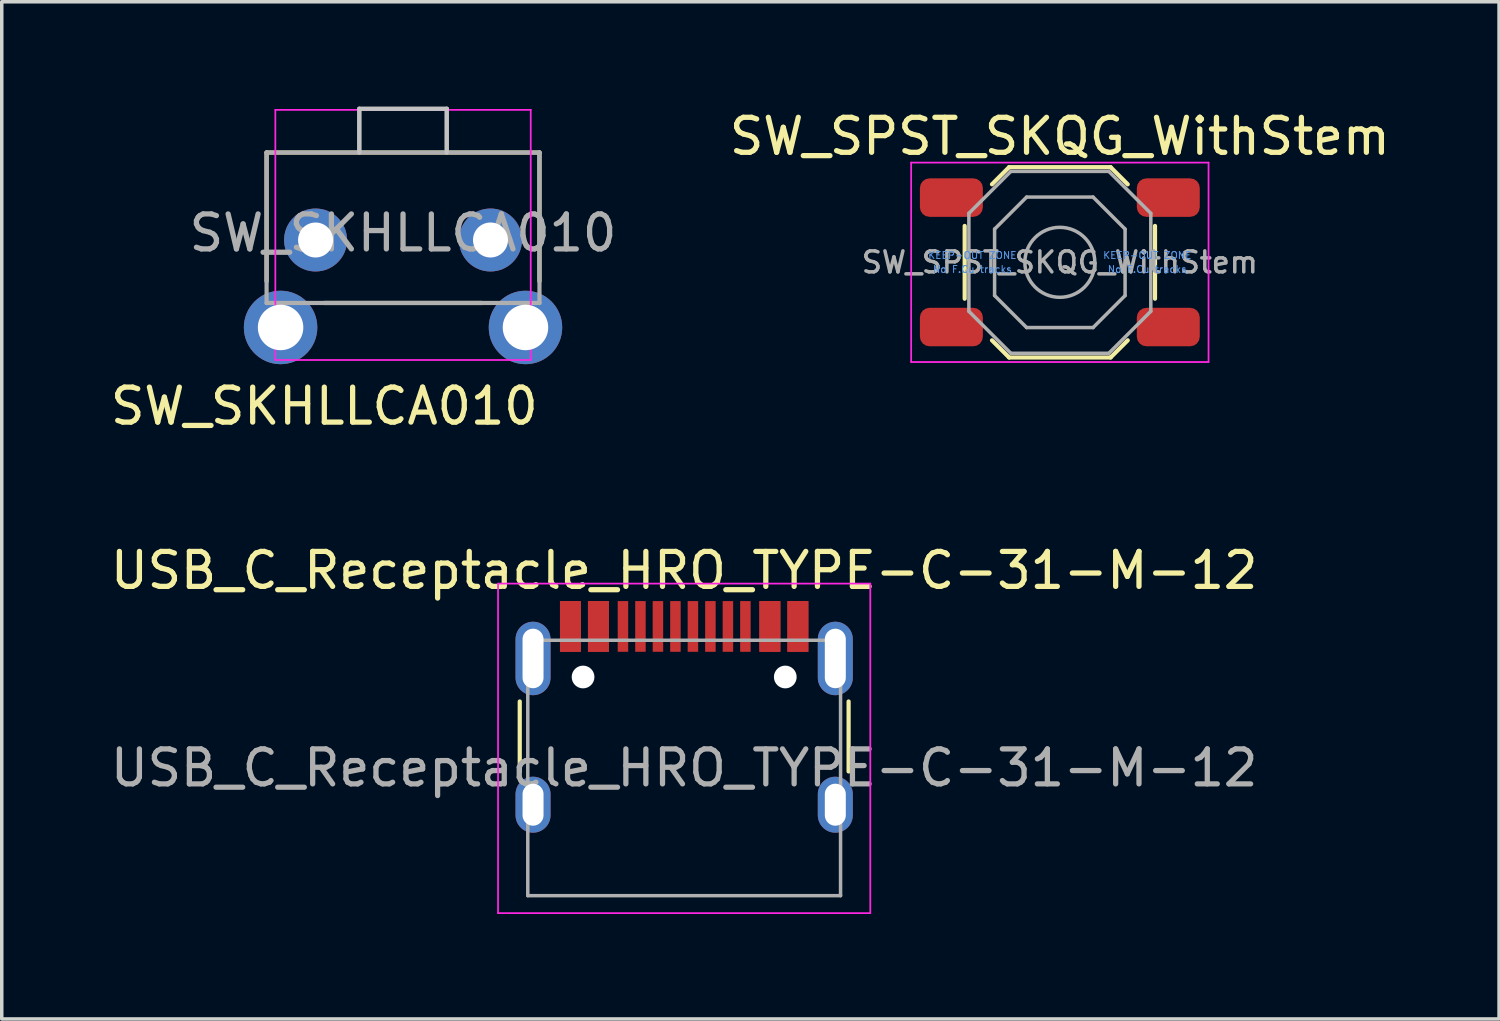
<source format=kicad_pcb>
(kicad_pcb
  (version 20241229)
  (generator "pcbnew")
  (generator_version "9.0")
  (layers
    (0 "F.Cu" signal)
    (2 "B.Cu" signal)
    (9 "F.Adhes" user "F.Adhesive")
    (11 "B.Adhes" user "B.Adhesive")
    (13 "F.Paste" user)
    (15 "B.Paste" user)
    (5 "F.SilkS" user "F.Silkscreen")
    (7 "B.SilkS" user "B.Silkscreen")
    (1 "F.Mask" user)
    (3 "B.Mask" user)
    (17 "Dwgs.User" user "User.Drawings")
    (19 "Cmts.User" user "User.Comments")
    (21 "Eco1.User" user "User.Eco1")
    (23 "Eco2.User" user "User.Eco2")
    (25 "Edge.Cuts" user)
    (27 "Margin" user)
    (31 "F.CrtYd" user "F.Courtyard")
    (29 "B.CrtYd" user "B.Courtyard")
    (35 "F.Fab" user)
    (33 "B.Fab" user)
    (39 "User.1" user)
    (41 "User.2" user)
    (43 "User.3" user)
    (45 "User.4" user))
  (footprint "SW_SKHLLCA010"
    (layer "F.Cu")
    (at 8.47 5.06)
    (property "Reference" "SW_SKHLLCA010" (at -2.25 3.5 0) (unlocked yes) (layer "F.SilkS") (effects (font (size 1 1) (thickness 0.15))))
    (attr through_hole)
    (fp_line (start -3.9 -3.75) (end 3.9 -3.75) (stroke (width 0.12) (type solid)) (layer "F.SilkS"))
    (fp_line (start -3.9 -0.07) (end -3.9 -3.75) (stroke (width 0.12) (type solid)) (layer "F.SilkS"))
    (fp_line (start -2.25 0.55) (end 2.25 0.55) (stroke (width 0.12) (type solid)) (layer "F.SilkS"))
    (fp_line (start 3.9 -0.07) (end 3.9 -3.75) (stroke (width 0.12) (type solid)) (layer "F.SilkS"))
    (fp_line (start -1.25 -5) (end 1.25 -5) (stroke (width 0.12) (type solid)) (layer "Dwgs.User"))
    (fp_line (start -1.25 -3.75) (end -1.25 -5) (stroke (width 0.12) (type solid)) (layer "Dwgs.User"))
    (fp_line (start 1.25 -3.75) (end 1.25 -5) (stroke (width 0.12) (type solid)) (layer "Dwgs.User"))
    (fp_line (start -3.65 -4.97) (end -3.65 2.18) (stroke (width 0.05) (type solid)) (layer "F.CrtYd"))
    (fp_line (start -3.65 -4.97) (end 3.65 -4.97) (stroke (width 0.05) (type solid)) (layer "F.CrtYd"))
    (fp_line (start -3.65 2.18) (end 3.65 2.18) (stroke (width 0.05) (type solid)) (layer "F.CrtYd"))
    (fp_line (start 3.65 -4.97) (end 3.65 2.18) (stroke (width 0.05) (type solid)) (layer "F.CrtYd"))
    (fp_line (start -3.9 -3.75) (end 3.9 -3.75) (stroke (width 0.12) (type solid)) (layer "F.Fab"))
    (fp_line (start -3.9 0.55) (end -3.9 -3.75) (stroke (width 0.12) (type solid)) (layer "F.Fab"))
    (fp_line (start -3.9 0.55) (end 3.9 0.55) (stroke (width 0.12) (type solid)) (layer "F.Fab"))
    (fp_line (start -1.25 -5) (end 1.25 -5) (stroke (width 0.12) (type solid)) (layer "F.Fab"))
    (fp_line (start -1.25 -3.75) (end -1.25 -5) (stroke (width 0.12) (type solid)) (layer "F.Fab"))
    (fp_line (start 1.25 -3.75) (end 1.25 -5) (stroke (width 0.12) (type solid)) (layer "F.Fab"))
    (fp_line (start 3.9 0.55) (end 3.9 -3.75) (stroke (width 0.12) (type solid)) (layer "F.Fab"))
    (fp_text user "${REFERENCE}" (at 0 -1.45 0) (layer "F.Fab") (effects (font (size 1 1) (thickness 0.15))))
    (pad "1" thru_hole circle (at 2.5 -1.25) (size 1.8 1.8) (drill 1) (layers "*.Cu" "B.Mask"))
    (pad "2" thru_hole circle (at -2.5 -1.25) (size 1.8 1.8) (drill 1) (layers "*.Cu" "B.Mask"))
    (pad "MP" thru_hole circle (at -3.5 1.25) (size 2.1 2.1) (drill 1.3) (layers "*.Cu" "*.Mask"))
    (pad "MP" thru_hole circle (at 3.5 1.25) (size 2.1 2.1) (drill 1.3) (layers "*.Cu" "*.Mask")))
  (footprint "SW_SPST_SKQG_WithStem"
    (layer "F.Cu")
    (at 27.244 4.448)
    (property "Reference" "SW_SPST_SKQG_WithStem" (at 0 -3.6 0) (layer "F.SilkS") (effects (font (size 1 1) (thickness 0.15))))
    (attr smd)
    (fp_line (start -2.72 1.04) (end -2.72 -1.04) (stroke (width 0.12) (type solid)) (layer "F.SilkS"))
    (fp_line (start -1.45 -2.72) (end -1.94 -2.23) (stroke (width 0.12) (type solid)) (layer "F.SilkS"))
    (fp_line (start -1.45 -2.72) (end 1.45 -2.72) (stroke (width 0.12) (type solid)) (layer "F.SilkS"))
    (fp_line (start -1.45 2.72) (end -1.94 2.23) (stroke (width 0.12) (type solid)) (layer "F.SilkS"))
    (fp_line (start -1.45 2.72) (end 1.45 2.72) (stroke (width 0.12) (type solid)) (layer "F.SilkS"))
    (fp_line (start 1.45 -2.72) (end 1.94 -2.23) (stroke (width 0.12) (type solid)) (layer "F.SilkS"))
    (fp_line (start 1.45 2.72) (end 1.94 2.23) (stroke (width 0.12) (type solid)) (layer "F.SilkS"))
    (fp_line (start 2.72 1.04) (end 2.72 -1.04) (stroke (width 0.12) (type solid)) (layer "F.SilkS"))
    (fp_line (start -4.25 -2.85) (end -4.25 2.85) (stroke (width 0.05) (type solid)) (layer "F.CrtYd"))
    (fp_line (start -4.25 2.85) (end 4.25 2.85) (stroke (width 0.05) (type solid)) (layer "F.CrtYd"))
    (fp_line (start 4.25 -2.85) (end -4.25 -2.85) (stroke (width 0.05) (type solid)) (layer "F.CrtYd"))
    (fp_line (start 4.25 2.85) (end 4.25 -2.85) (stroke (width 0.05) (type solid)) (layer "F.CrtYd"))
    (fp_line (start -2.6 -1.4) (end -1.4 -2.6) (stroke (width 0.1) (type solid)) (layer "F.Fab"))
    (fp_line (start -2.6 1.4) (end -2.6 -1.4) (stroke (width 0.1) (type solid)) (layer "F.Fab"))
    (fp_line (start -1.865 0.95) (end -1.865 -0.95) (stroke (width 0.1) (type solid)) (layer "F.Fab"))
    (fp_line (start -1.4 -2.6) (end 1.4 -2.6) (stroke (width 0.1) (type solid)) (layer "F.Fab"))
    (fp_line (start -1.4 2.6) (end -2.6 1.4) (stroke (width 0.1) (type solid)) (layer "F.Fab"))
    (fp_line (start -0.95 -1.865) (end -1.865 -0.95) (stroke (width 0.1) (type solid)) (layer "F.Fab"))
    (fp_line (start -0.95 -1.865) (end 0.95 -1.865) (stroke (width 0.1) (type solid)) (layer "F.Fab"))
    (fp_line (start -0.95 1.865) (end -1.865 0.95) (stroke (width 0.1) (type solid)) (layer "F.Fab"))
    (fp_line (start 0.95 -1.865) (end 1.865 -0.95) (stroke (width 0.1) (type solid)) (layer "F.Fab"))
    (fp_line (start 0.95 1.865) (end -0.95 1.865) (stroke (width 0.1) (type solid)) (layer "F.Fab"))
    (fp_line (start 0.95 1.865) (end 1.865 0.95) (stroke (width 0.1) (type solid)) (layer "F.Fab"))
    (fp_line (start 1.4 -2.6) (end 2.6 -1.4) (stroke (width 0.1) (type solid)) (layer "F.Fab"))
    (fp_line (start 1.4 2.6) (end -1.4 2.6) (stroke (width 0.1) (type solid)) (layer "F.Fab"))
    (fp_line (start 1.865 -0.95) (end 1.865 0.95) (stroke (width 0.1) (type solid)) (layer "F.Fab"))
    (fp_line (start 2.6 -1.4) (end 2.6 1.4) (stroke (width 0.1) (type solid)) (layer "F.Fab"))
    (fp_line (start 2.6 1.4) (end 1.4 2.6) (stroke (width 0.1) (type solid)) (layer "F.Fab"))
    (fp_circle (center 0 0) (end 1 0) (stroke (width 0.1) (type solid)) (fill no) (layer "F.Fab"))
    (fp_text user "KEEP-OUT ZONE" (at -2.5 -0.2 0) (layer "Cmts.User") (effects (font (size 0.2 0.2) (thickness 0.03))))
    (fp_text user "No F.Cu tracks" (at -2.5 0.2 0) (layer "Cmts.User") (effects (font (size 0.2 0.2) (thickness 0.03))))
    (fp_text user "No F.Cu tracks" (at 2.5 0.2 0) (layer "Cmts.User") (effects (font (size 0.2 0.2) (thickness 0.03))))
    (fp_text user "KEEP-OUT ZONE" (at 2.5 -0.2 0) (layer "Cmts.User") (effects (font (size 0.2 0.2) (thickness 0.03))))
    (fp_text user "${REFERENCE}" (at 0 0 0) (layer "F.Fab") (effects (font (size 0.6 0.6) (thickness 0.1) (bold yes))))
    (pad "1" smd roundrect (at -3.1 -1.85) (size 1.8 1.1) (layers "F.Cu" "F.Mask" "F.Paste") (roundrect_rratio 0.25))
    (pad "1" smd roundrect (at 3.1 -1.85) (size 1.8 1.1) (layers "F.Cu" "F.Mask" "F.Paste") (roundrect_rratio 0.25))
    (pad "2" smd roundrect (at -3.1 1.85) (size 1.8 1.1) (layers "F.Cu" "F.Mask" "F.Paste") (roundrect_rratio 0.25))
    (pad "2" smd roundrect (at 3.1 1.85) (size 1.8 1.1) (layers "F.Cu" "F.Mask" "F.Paste") (roundrect_rratio 0.25))
    (zone (net_name "") (layer "F.Cu") (hatch full 0.508) (connect_pads) (min_thickness 0.254) (filled_areas_thickness no) (keepout (tracks not_allowed) (vias not_allowed) (pads not_allowed) (copperpour not_allowed) (footprints not_allowed)) (placement (enabled no)) (fill) (polygon (pts (xy 23.244 3.148) (xy 26.244 3.148) (xy 26.244 5.748) (xy 23.244 5.748))))
    (zone (net_name "") (layer "F.Cu") (hatch full 0.508) (connect_pads) (min_thickness 0.254) (filled_areas_thickness no) (keepout (tracks not_allowed) (vias not_allowed) (pads not_allowed) (copperpour not_allowed) (footprints not_allowed)) (placement (enabled no)) (fill) (polygon (pts (xy 28.244 3.148) (xy 31.244 3.148) (xy 31.244 5.748) (xy 28.244 5.748)))))
  (footprint "USB_C_Receptacle_HRO_TYPE-C-31-M-12"
    (layer "F.Cu")
    (at 16.506 18.901)
    (property "Reference" "USB_C_Receptacle_HRO_TYPE-C-31-M-12" (at 0 -5.645 0) (layer "F.SilkS") (effects (font (size 1 1) (thickness 0.15))))
    (attr smd)
    (fp_line (start -4.7 -1.9) (end -4.7 0.1) (stroke (width 0.12) (type solid)) (layer "F.SilkS"))
    (fp_line (start 4.7 -1.9) (end 4.7 0.1) (stroke (width 0.12) (type solid)) (layer "F.SilkS"))
    (fp_line (start -5.32 -5.27) (end -5.32 4.15) (stroke (width 0.05) (type solid)) (layer "F.CrtYd"))
    (fp_line (start -5.32 -5.27) (end 5.32 -5.27) (stroke (width 0.05) (type solid)) (layer "F.CrtYd"))
    (fp_line (start -5.32 4.15) (end 5.32 4.15) (stroke (width 0.05) (type solid)) (layer "F.CrtYd"))
    (fp_line (start 5.32 -5.27) (end 5.32 4.15) (stroke (width 0.05) (type solid)) (layer "F.CrtYd"))
    (fp_line (start -4.47 -3.65) (end -4.47 3.65) (stroke (width 0.1) (type solid)) (layer "F.Fab"))
    (fp_line (start -4.47 -3.65) (end 4.47 -3.65) (stroke (width 0.1) (type solid)) (layer "F.Fab"))
    (fp_line (start -4.47 3.65) (end 4.47 3.65) (stroke (width 0.1) (type solid)) (layer "F.Fab"))
    (fp_line (start 4.47 -3.65) (end 4.47 3.65) (stroke (width 0.1) (type solid)) (layer "F.Fab"))
    (fp_text user "${REFERENCE}" (at 0 0 0) (layer "F.Fab") (effects (font (size 1 1) (thickness 0.15))))
    (pad "" np_thru_hole circle (at -2.89 -2.6) (size 0.65 0.65) (drill 0.65) (layers "*.Cu" "*.Mask"))
    (pad "" np_thru_hole circle (at 2.89 -2.6) (size 0.65 0.65) (drill 0.65) (layers "*.Cu" "*.Mask"))
    (pad "A1" smd rect (at -3.25 -4.045) (size 0.6 1.45) (layers "F.Cu" "F.Mask" "F.Paste"))
    (pad "A4" smd rect (at -2.45 -4.045) (size 0.6 1.45) (layers "F.Cu" "F.Mask" "F.Paste"))
    (pad "A5" smd rect (at -1.25 -4.045) (size 0.3 1.45) (layers "F.Cu" "F.Mask" "F.Paste"))
    (pad "A6" smd rect (at -0.25 -4.045) (size 0.3 1.45) (layers "F.Cu" "F.Mask" "F.Paste"))
    (pad "A7" smd rect (at 0.25 -4.045) (size 0.3 1.45) (layers "F.Cu" "F.Mask" "F.Paste"))
    (pad "A8" smd rect (at 1.25 -4.045) (size 0.3 1.45) (layers "F.Cu" "F.Mask" "F.Paste"))
    (pad "A9" smd rect (at 2.45 -4.045) (size 0.6 1.45) (layers "F.Cu" "F.Mask" "F.Paste"))
    (pad "A12" smd rect (at 3.25 -4.045) (size 0.6 1.45) (layers "F.Cu" "F.Mask" "F.Paste"))
    (pad "B1" smd rect (at 3.25 -4.045) (size 0.6 1.45) (layers "F.Cu" "F.Mask" "F.Paste"))
    (pad "B4" smd rect (at 2.45 -4.045) (size 0.6 1.45) (layers "F.Cu" "F.Mask" "F.Paste"))
    (pad "B5" smd rect (at 1.75 -4.045) (size 0.3 1.45) (layers "F.Cu" "F.Mask" "F.Paste"))
    (pad "B6" smd rect (at 0.75 -4.045) (size 0.3 1.45) (layers "F.Cu" "F.Mask" "F.Paste"))
    (pad "B7" smd rect (at -0.75 -4.045) (size 0.3 1.45) (layers "F.Cu" "F.Mask" "F.Paste"))
    (pad "B8" smd rect (at -1.75 -4.045) (size 0.3 1.45) (layers "F.Cu" "F.Mask" "F.Paste"))
    (pad "B9" smd rect (at -2.45 -4.045) (size 0.6 1.45) (layers "F.Cu" "F.Mask" "F.Paste"))
    (pad "B12" smd rect (at -3.25 -4.045) (size 0.6 1.45) (layers "F.Cu" "F.Mask" "F.Paste"))
    (pad "S1" thru_hole oval (at -4.32 -3.13) (size 1 2.1) (drill oval 0.6 1.7) (layers "*.Cu" "*.Mask"))
    (pad "S1" thru_hole oval (at -4.32 1.05) (size 1 1.6) (drill oval 0.6 1.2) (layers "*.Cu" "*.Mask"))
    (pad "S1" thru_hole oval (at 4.32 -3.13) (size 1 2.1) (drill oval 0.6 1.7) (layers "*.Cu" "*.Mask"))
    (pad "S1" thru_hole oval (at 4.32 1.05) (size 1 1.6) (drill oval 0.6 1.2) (layers "*.Cu" "*.Mask")))
  (gr_rect
    (start -3 -3)
    (end 39.798 26.076)
    (stroke (width 0.1) (type default))
    (fill no)
    (layer "Edge.Cuts")))
</source>
